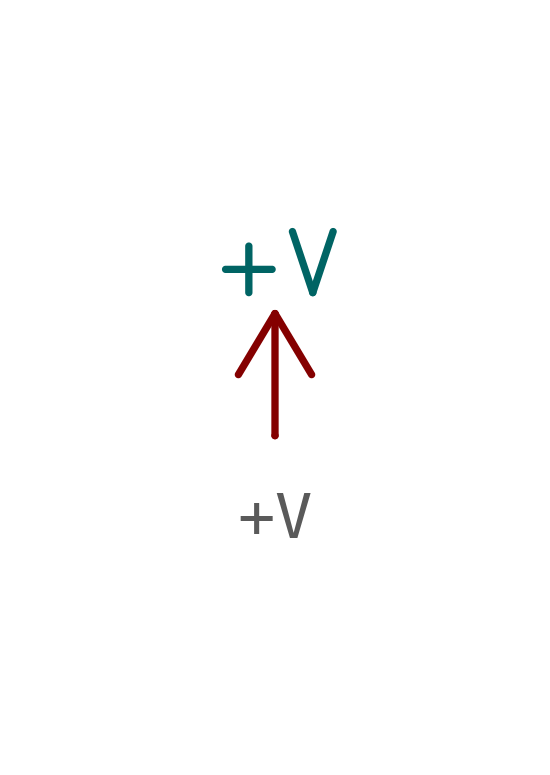
<source format=kicad_sym>
(kicad_symbol_lib
  (version 20241209)
  (generator "kicad_symbol_editor")
  (generator_version "9.0")
  (symbol "+V"
    (power)
    (pin_numbers
      (hide yes))
    (pin_names
      (offset 0)
      (hide yes))
    (property "Reference" "#PWR"
      (at 0 -3.81 0)
      (effects (font (size 1.27 1.27)) (hide yes)))
    (property "Value" "+V"
      (at 0 3.556 0)
      (effects (font (size 1.27 1.27))))
    (symbol "+V_0_1"
      (polyline (pts (xy -0.762 1.27) (xy 0 2.54)) (stroke (width 0) (type default)) (fill (type none)))
      (polyline (pts (xy 0 2.54) (xy 0.762 1.27)) (stroke (width 0) (type default)) (fill (type none)))
      (polyline (pts (xy 0 0) (xy 0 2.54)) (stroke (width 0) (type default)) (fill (type none))))
    (symbol "+V_1_1"
      (pin power_in line (at 0 0 90) (length 0) (name "~" (effects (font (size 1.27 1.27)))) (number "1" (effects (font (size 1.27 1.27))))))))
</source>
